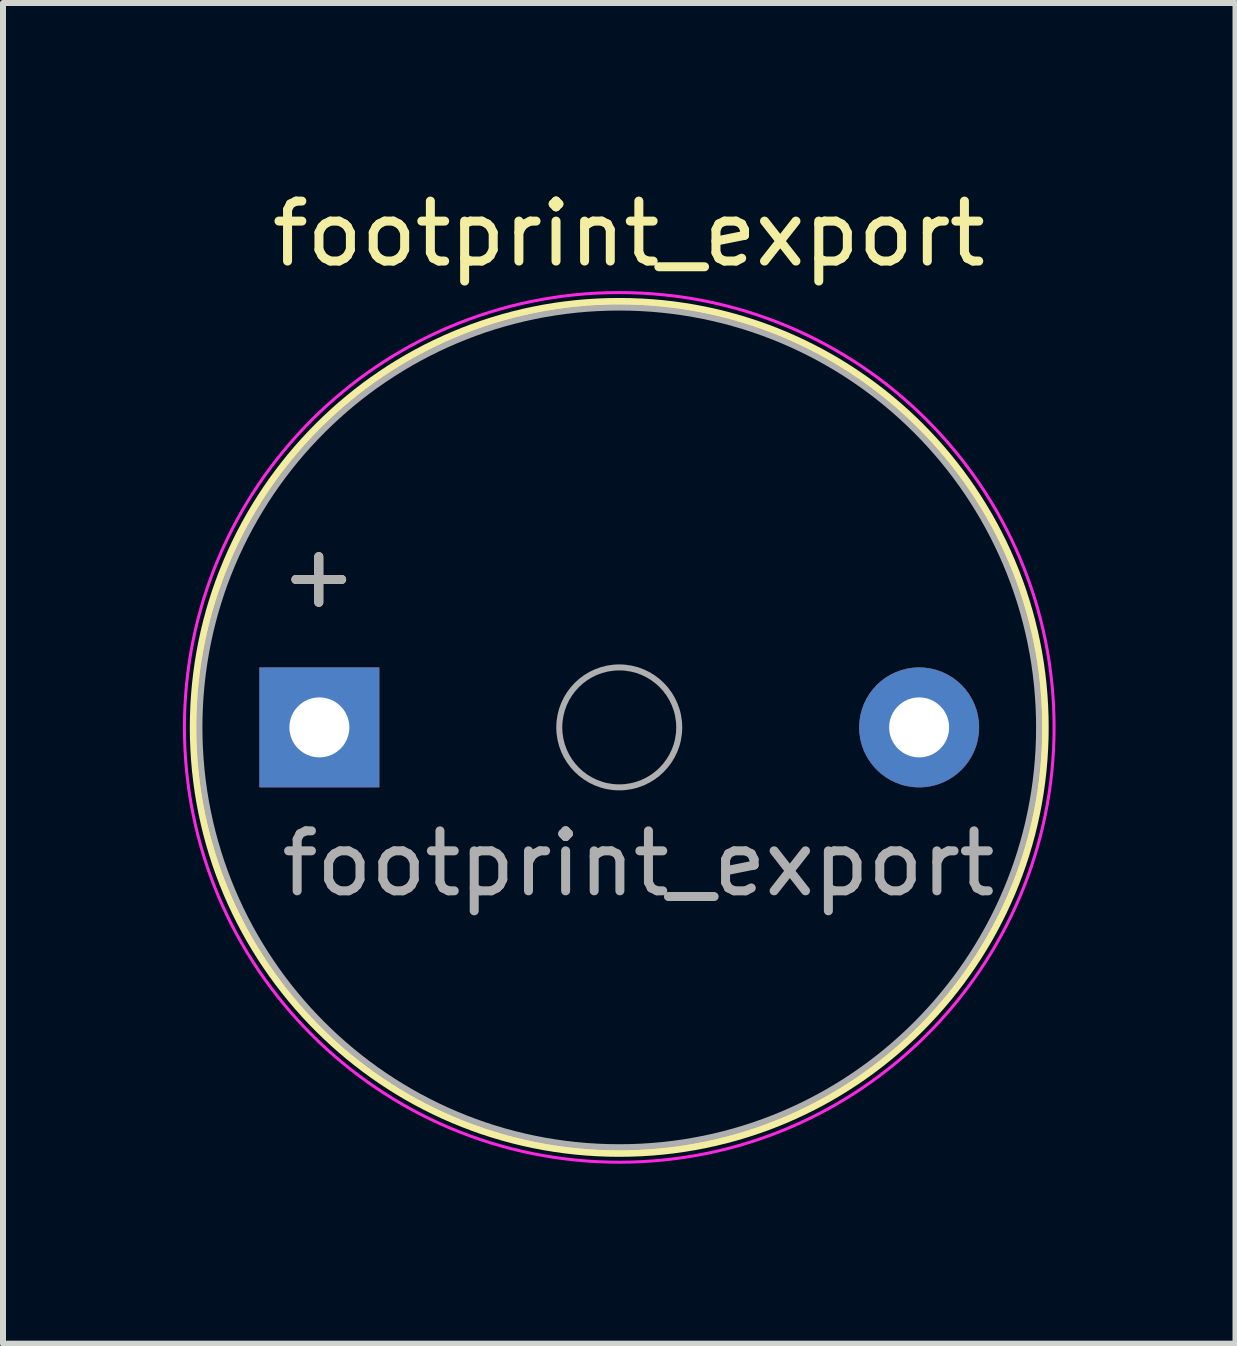
<source format=kicad_pcb>
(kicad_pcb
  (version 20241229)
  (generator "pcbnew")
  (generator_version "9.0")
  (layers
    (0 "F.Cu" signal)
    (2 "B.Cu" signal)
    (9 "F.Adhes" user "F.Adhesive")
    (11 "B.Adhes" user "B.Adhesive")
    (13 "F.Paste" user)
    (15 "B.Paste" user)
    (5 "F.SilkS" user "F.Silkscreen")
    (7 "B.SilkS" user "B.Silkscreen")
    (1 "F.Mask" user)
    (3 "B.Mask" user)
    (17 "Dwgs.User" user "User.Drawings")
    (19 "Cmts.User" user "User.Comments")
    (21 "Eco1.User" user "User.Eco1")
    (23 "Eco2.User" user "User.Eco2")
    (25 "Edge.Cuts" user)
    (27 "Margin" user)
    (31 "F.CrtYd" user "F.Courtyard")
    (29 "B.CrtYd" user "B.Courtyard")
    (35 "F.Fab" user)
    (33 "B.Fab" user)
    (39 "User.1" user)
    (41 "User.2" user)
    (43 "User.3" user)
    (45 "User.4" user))
  (footprint "footprint_export"
    (layer "F.Cu")
    (at 2.275 9.078)
    (property "Reference" "footprint_export" (at 5.16 -8.23 0) (layer "F.SilkS") (effects (font (size 1 1) (thickness 0.15))))
    (attr through_hole)
    (fp_circle (center 5 0) (end 12.1 0) (stroke (width 0.12) (type solid)) (fill no) (layer "F.SilkS"))
    (fp_circle (center 5 0) (end 12.25 0) (stroke (width 0.05) (type solid)) (fill no) (layer "F.CrtYd"))
    (fp_circle (center 5 0) (end 6 0) (stroke (width 0.1) (type solid)) (fill no) (layer "F.Fab"))
    (fp_circle (center 5 0) (end 12 0) (stroke (width 0.1) (type solid)) (fill no) (layer "F.Fab"))
    (fp_text user "+" (at -0.01 -2.54 0) (layer "F.SilkS") (effects (font (size 1 1) (thickness 0.15))))
    (fp_text user "${REFERENCE}" (at 5.32 2.27 0) (layer "F.Fab") (effects (font (size 1 1) (thickness 0.15))))
    (fp_text user "+" (at -0.01 -2.54 0) (layer "F.Fab") (effects (font (size 1 1) (thickness 0.15))))
    (pad "1" thru_hole rect (at 0 0) (size 2 2) (drill 1) (layers "*.Cu" "*.Mask"))
    (pad "2" thru_hole circle (at 10 0) (size 2 2) (drill 1) (layers "*.Cu" "*.Mask")))
  (gr_rect
    (start -3 -3)
    (end 17.55 19.353)
    (stroke (width 0.1) (type default))
    (fill no)
    (layer "Edge.Cuts")))
</source>
